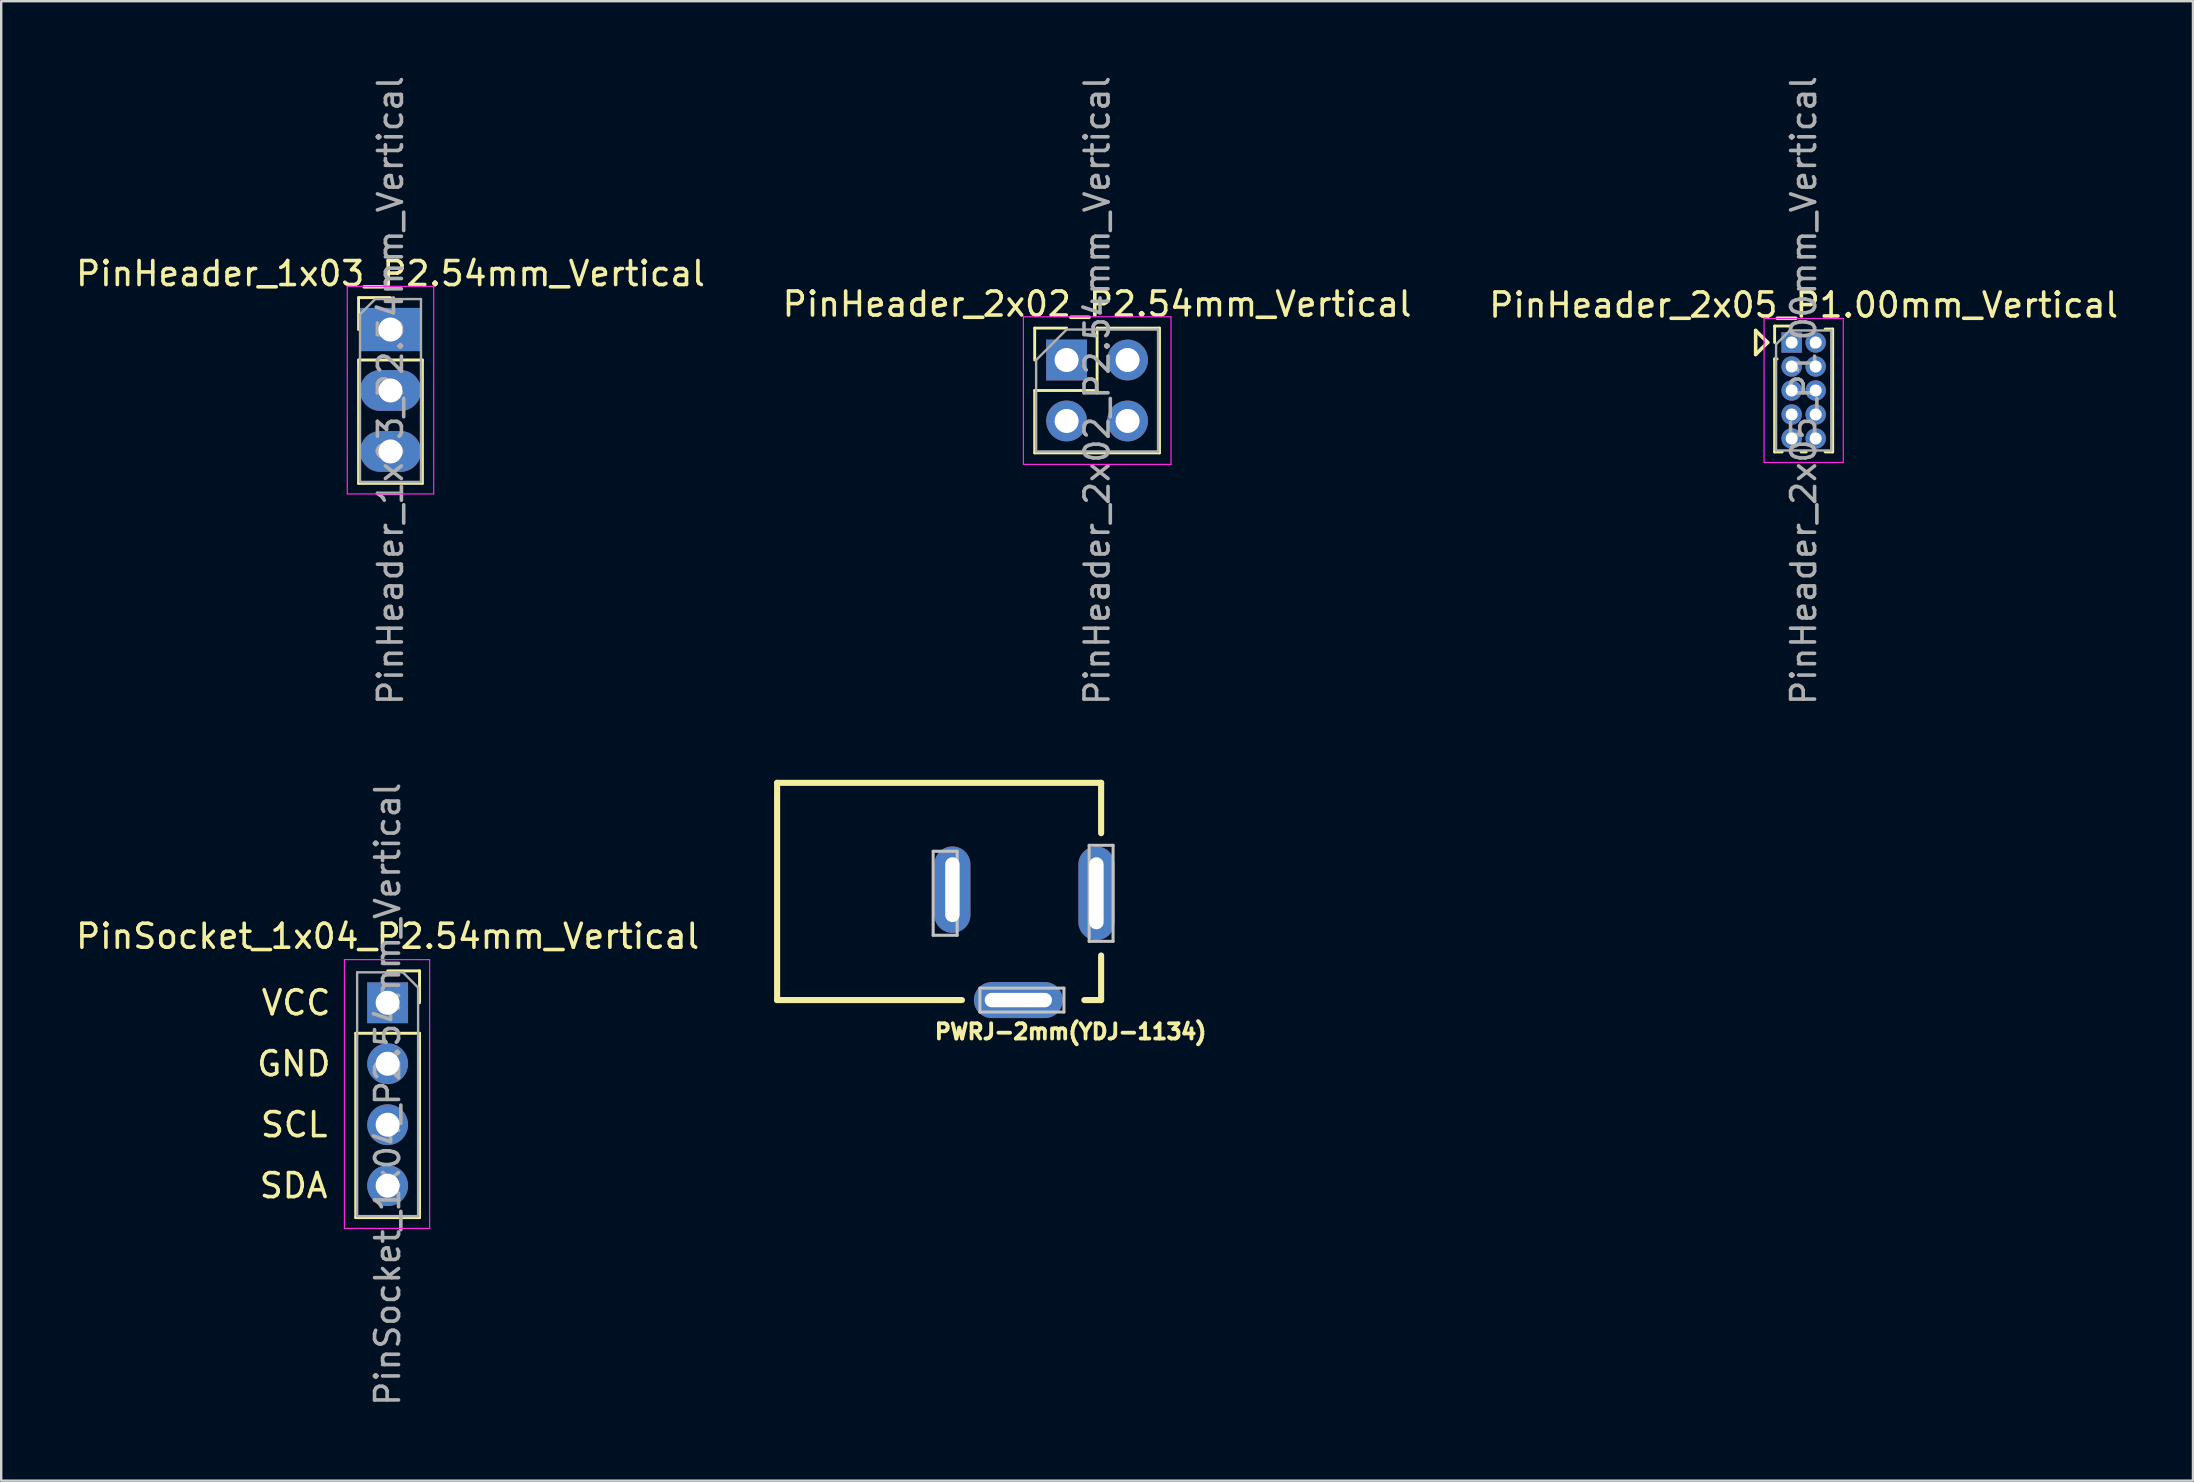
<source format=kicad_pcb>
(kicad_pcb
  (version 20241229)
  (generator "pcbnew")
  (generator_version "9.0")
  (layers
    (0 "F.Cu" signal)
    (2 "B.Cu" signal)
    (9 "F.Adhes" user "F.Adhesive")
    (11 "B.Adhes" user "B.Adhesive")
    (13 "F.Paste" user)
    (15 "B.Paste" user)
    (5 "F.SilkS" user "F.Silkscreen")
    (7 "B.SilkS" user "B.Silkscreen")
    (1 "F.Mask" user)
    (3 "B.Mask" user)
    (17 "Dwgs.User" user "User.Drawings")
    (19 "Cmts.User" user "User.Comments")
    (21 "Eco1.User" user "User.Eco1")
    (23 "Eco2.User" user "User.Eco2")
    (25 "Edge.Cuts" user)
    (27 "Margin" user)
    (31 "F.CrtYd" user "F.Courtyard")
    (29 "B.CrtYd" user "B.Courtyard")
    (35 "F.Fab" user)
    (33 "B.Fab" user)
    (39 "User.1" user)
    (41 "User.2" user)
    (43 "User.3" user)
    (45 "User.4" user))
  (footprint "PinSocket_1x04_P2.54mm_Vertical"
    (layer "F.Cu")
    (at 13.101 38.732)
    (property "Reference" "PinSocket_1x04_P2.54mm_Vertical" (at 0 -2.77 0) (layer "F.SilkS") (effects (font (size 1 1) (thickness 0.15))))
    (attr through_hole)
    (fp_line (start -1.33 1.27) (end -1.33 8.95) (stroke (width 0.12) (type solid)) (layer "F.SilkS"))
    (fp_line (start -1.33 1.27) (end 1.33 1.27) (stroke (width 0.12) (type solid)) (layer "F.SilkS"))
    (fp_line (start -1.33 8.95) (end 1.33 8.95) (stroke (width 0.12) (type solid)) (layer "F.SilkS"))
    (fp_line (start 0 -1.33) (end 1.33 -1.33) (stroke (width 0.12) (type solid)) (layer "F.SilkS"))
    (fp_line (start 1.33 -1.33) (end 1.33 0) (stroke (width 0.12) (type solid)) (layer "F.SilkS"))
    (fp_line (start 1.33 1.27) (end 1.33 8.95) (stroke (width 0.12) (type solid)) (layer "F.SilkS"))
    (fp_line (start -1.8 -1.8) (end 1.75 -1.8) (stroke (width 0.05) (type solid)) (layer "F.CrtYd"))
    (fp_line (start -1.8 9.4) (end -1.8 -1.8) (stroke (width 0.05) (type solid)) (layer "F.CrtYd"))
    (fp_line (start 1.75 -1.8) (end 1.75 9.4) (stroke (width 0.05) (type solid)) (layer "F.CrtYd"))
    (fp_line (start 1.75 9.4) (end -1.8 9.4) (stroke (width 0.05) (type solid)) (layer "F.CrtYd"))
    (fp_line (start -1.27 -1.27) (end 0.635 -1.27) (stroke (width 0.1) (type solid)) (layer "F.Fab"))
    (fp_line (start -1.27 8.89) (end -1.27 -1.27) (stroke (width 0.1) (type solid)) (layer "F.Fab"))
    (fp_line (start 0.635 -1.27) (end 1.27 -0.635) (stroke (width 0.1) (type solid)) (layer "F.Fab"))
    (fp_line (start 1.27 -0.635) (end 1.27 8.89) (stroke (width 0.1) (type solid)) (layer "F.Fab"))
    (fp_line (start 1.27 8.89) (end -1.27 8.89) (stroke (width 0.1) (type solid)) (layer "F.Fab"))
    (fp_text user "VCC" (at -2.286 0 0) (layer "F.SilkS") (effects (font (size 1 1) (thickness 0.15)) (justify right)))
    (fp_text user "SCL" (at -2.413 5.08 0) (layer "F.SilkS") (effects (font (size 1 1) (thickness 0.15)) (justify right)))
    (fp_text user "GND" (at -2.286 2.54 0) (layer "F.SilkS") (effects (font (size 1 1) (thickness 0.15)) (justify right)))
    (fp_text user "SDA" (at -2.413 7.62 0) (layer "F.SilkS") (effects (font (size 1 1) (thickness 0.15)) (justify right)))
    (fp_text user "${REFERENCE}" (at 0 3.81 90) (layer "F.Fab") (effects (font (size 1 1) (thickness 0.15))))
    (pad "GND" thru_hole oval (at 0 2.54) (size 1.7 1.7) (drill 1) (layers "*.Cu" "*.Mask"))
    (pad "SCL" thru_hole oval (at 0 5.08) (size 1.7 1.7) (drill 1) (layers "*.Cu" "*.Mask"))
    (pad "SDA" thru_hole oval (at 0 7.62) (size 1.7 1.7) (drill 1) (layers "*.Cu" "*.Mask"))
    (pad "VCC" thru_hole rect (at 0 0) (size 1.7 1.7) (drill 1) (layers "*.Cu" "*.Mask")))
  (footprint "PinHeader_2x02_P2.54mm_Vertical"
    (layer "F.Cu")
    (at 41.391 11.95)
    (property "Reference" "PinHeader_2x02_P2.54mm_Vertical" (at 1.27 -2.33 0) (layer "F.SilkS") (effects (font (size 1 1) (thickness 0.15))))
    (attr through_hole)
    (fp_line (start -1.33 -1.33) (end 0 -1.33) (stroke (width 0.12) (type solid)) (layer "F.SilkS"))
    (fp_line (start -1.33 0) (end -1.33 -1.33) (stroke (width 0.12) (type solid)) (layer "F.SilkS"))
    (fp_line (start -1.33 1.27) (end -1.33 3.87) (stroke (width 0.12) (type solid)) (layer "F.SilkS"))
    (fp_line (start -1.33 1.27) (end 1.27 1.27) (stroke (width 0.12) (type solid)) (layer "F.SilkS"))
    (fp_line (start -1.33 3.87) (end 3.87 3.87) (stroke (width 0.12) (type solid)) (layer "F.SilkS"))
    (fp_line (start 1.27 -1.33) (end 3.87 -1.33) (stroke (width 0.12) (type solid)) (layer "F.SilkS"))
    (fp_line (start 1.27 1.27) (end 1.27 -1.33) (stroke (width 0.12) (type solid)) (layer "F.SilkS"))
    (fp_line (start 3.87 -1.33) (end 3.87 3.87) (stroke (width 0.12) (type solid)) (layer "F.SilkS"))
    (fp_line (start -1.8 -1.8) (end -1.8 4.35) (stroke (width 0.05) (type solid)) (layer "F.CrtYd"))
    (fp_line (start -1.8 4.35) (end 4.35 4.35) (stroke (width 0.05) (type solid)) (layer "F.CrtYd"))
    (fp_line (start 4.35 -1.8) (end -1.8 -1.8) (stroke (width 0.05) (type solid)) (layer "F.CrtYd"))
    (fp_line (start 4.35 4.35) (end 4.35 -1.8) (stroke (width 0.05) (type solid)) (layer "F.CrtYd"))
    (fp_line (start -1.27 0) (end 0 -1.27) (stroke (width 0.1) (type solid)) (layer "F.Fab"))
    (fp_line (start -1.27 3.81) (end -1.27 0) (stroke (width 0.1) (type solid)) (layer "F.Fab"))
    (fp_line (start 0 -1.27) (end 3.81 -1.27) (stroke (width 0.1) (type solid)) (layer "F.Fab"))
    (fp_line (start 3.81 -1.27) (end 3.81 3.81) (stroke (width 0.1) (type solid)) (layer "F.Fab"))
    (fp_line (start 3.81 3.81) (end -1.27 3.81) (stroke (width 0.1) (type solid)) (layer "F.Fab"))
    (fp_text user "${REFERENCE}" (at 1.27 1.27 90) (layer "F.Fab") (effects (font (size 1 1) (thickness 0.15))))
    (pad "1" thru_hole rect (at 0 0) (size 1.7 1.7) (drill 1) (layers "*.Cu" "*.Mask"))
    (pad "2" thru_hole oval (at 2.54 0) (size 1.7 1.7) (drill 1) (layers "*.Cu" "*.Mask"))
    (pad "3" thru_hole oval (at 0 2.54) (size 1.7 1.7) (drill 1) (layers "*.Cu" "*.Mask"))
    (pad "4" thru_hole oval (at 2.54 2.54) (size 1.7 1.7) (drill 1) (layers "*.Cu" "*.Mask")))
  (footprint "PinHeader_2x05_P1.00mm_Vertical"
    (layer "F.Cu")
    (at 71.601 11.22)
    (property "Reference" "PinHeader_2x05_P1.00mm_Vertical" (at 0.5 -1.56 0) (layer "F.SilkS") (effects (font (size 1 1) (thickness 0.15))))
    (attr through_hole)
    (fp_line (start -1.5 -0.5) (end -1.5 0.5) (stroke (width 0.15) (type solid)) (layer "F.SilkS"))
    (fp_line (start -1.5 0.5) (end -1 0) (stroke (width 0.15) (type solid)) (layer "F.SilkS"))
    (fp_line (start -1 0) (end -1.5 -0.5) (stroke (width 0.15) (type solid)) (layer "F.SilkS"))
    (fp_line (start -0.71 -0.685) (end 0 -0.685) (stroke (width 0.12) (type solid)) (layer "F.SilkS"))
    (fp_line (start -0.71 0) (end -0.71 -0.685) (stroke (width 0.12) (type solid)) (layer "F.SilkS"))
    (fp_line (start -0.71 0.685) (end -0.71 4.56) (stroke (width 0.12) (type solid)) (layer "F.SilkS"))
    (fp_line (start -0.71 0.685) (end -0.608 0.685) (stroke (width 0.12) (type solid)) (layer "F.SilkS"))
    (fp_line (start -0.71 4.56) (end -0.394 4.56) (stroke (width 0.12) (type solid)) (layer "F.SilkS"))
    (fp_line (start 0.394 4.56) (end 0.606 4.56) (stroke (width 0.12) (type solid)) (layer "F.SilkS"))
    (fp_line (start 1.394 -0.56) (end 1.71 -0.56) (stroke (width 0.12) (type solid)) (layer "F.SilkS"))
    (fp_line (start 1.394 4.56) (end 1.71 4.56) (stroke (width 0.12) (type solid)) (layer "F.SilkS"))
    (fp_line (start 1.71 -0.56) (end 1.71 4.56) (stroke (width 0.12) (type solid)) (layer "F.SilkS"))
    (fp_line (start -1.15 -1) (end -1.15 5) (stroke (width 0.05) (type solid)) (layer "F.CrtYd"))
    (fp_line (start -1.15 5) (end 2.15 5) (stroke (width 0.05) (type solid)) (layer "F.CrtYd"))
    (fp_line (start 2.15 -1) (end -1.15 -1) (stroke (width 0.05) (type solid)) (layer "F.CrtYd"))
    (fp_line (start 2.15 5) (end 2.15 -1) (stroke (width 0.05) (type solid)) (layer "F.CrtYd"))
    (fp_line (start -0.65 0.075) (end -0.075 -0.5) (stroke (width 0.1) (type solid)) (layer "F.Fab"))
    (fp_line (start -0.65 4.5) (end -0.65 0.075) (stroke (width 0.1) (type solid)) (layer "F.Fab"))
    (fp_line (start -0.075 -0.5) (end 1.65 -0.5) (stroke (width 0.1) (type solid)) (layer "F.Fab"))
    (fp_line (start 1.65 -0.5) (end 1.65 4.5) (stroke (width 0.1) (type solid)) (layer "F.Fab"))
    (fp_line (start 1.65 4.5) (end -0.65 4.5) (stroke (width 0.1) (type solid)) (layer "F.Fab"))
    (fp_text user "${REFERENCE}" (at 0.5 2 90) (layer "F.Fab") (effects (font (size 1 1) (thickness 0.15))))
    (pad "1" thru_hole rect (at 0 0) (size 0.85 0.85) (drill 0.5) (layers "*.Cu" "*.Mask"))
    (pad "2" thru_hole oval (at 1 0) (size 0.85 0.85) (drill 0.5) (layers "*.Cu" "*.Mask"))
    (pad "3" thru_hole oval (at 0 1) (size 0.85 0.85) (drill 0.5) (layers "*.Cu" "*.Mask"))
    (pad "4" thru_hole oval (at 1 1) (size 0.85 0.85) (drill 0.5) (layers "*.Cu" "*.Mask"))
    (pad "5" thru_hole oval (at 0 2) (size 0.85 0.85) (drill 0.5) (layers "*.Cu" "*.Mask"))
    (pad "6" thru_hole oval (at 1 2) (size 0.85 0.85) (drill 0.5) (layers "*.Cu" "*.Mask"))
    (pad "7" thru_hole oval (at 0 3) (size 0.85 0.85) (drill 0.5) (layers "*.Cu" "*.Mask"))
    (pad "8" thru_hole oval (at 1 3) (size 0.85 0.85) (drill 0.5) (layers "*.Cu" "*.Mask"))
    (pad "9" thru_hole oval (at 0 4) (size 0.85 0.85) (drill 0.5) (layers "*.Cu" "*.Mask"))
    (pad "10" thru_hole oval (at 1 4) (size 0.85 0.85) (drill 0.5) (layers "*.Cu" "*.Mask")))
  (footprint "PinHeader_1x03_P2.54mm_Vertical"
    (layer "F.Cu")
    (at 13.22 10.68)
    (property "Reference" "PinHeader_1x03_P2.54mm_Vertical" (at 0 -2.33 0) (layer "F.SilkS") (effects (font (size 1 1) (thickness 0.15))))
    (attr through_hole)
    (fp_line (start -1.33 -1.33) (end 0 -1.33) (stroke (width 0.12) (type solid)) (layer "F.SilkS"))
    (fp_line (start -1.33 0) (end -1.33 -1.33) (stroke (width 0.12) (type solid)) (layer "F.SilkS"))
    (fp_line (start -1.33 1.27) (end -1.33 6.41) (stroke (width 0.12) (type solid)) (layer "F.SilkS"))
    (fp_line (start -1.33 1.27) (end 1.33 1.27) (stroke (width 0.12) (type solid)) (layer "F.SilkS"))
    (fp_line (start -1.33 6.41) (end 1.33 6.41) (stroke (width 0.12) (type solid)) (layer "F.SilkS"))
    (fp_line (start 1.33 1.27) (end 1.33 6.41) (stroke (width 0.12) (type solid)) (layer "F.SilkS"))
    (fp_line (start -1.8 -1.8) (end -1.8 6.85) (stroke (width 0.05) (type solid)) (layer "F.CrtYd"))
    (fp_line (start -1.8 6.85) (end 1.8 6.85) (stroke (width 0.05) (type solid)) (layer "F.CrtYd"))
    (fp_line (start 1.8 -1.8) (end -1.8 -1.8) (stroke (width 0.05) (type solid)) (layer "F.CrtYd"))
    (fp_line (start 1.8 6.85) (end 1.8 -1.8) (stroke (width 0.05) (type solid)) (layer "F.CrtYd"))
    (fp_line (start -1.27 -0.635) (end -0.635 -1.27) (stroke (width 0.1) (type solid)) (layer "F.Fab"))
    (fp_line (start -1.27 6.35) (end -1.27 -0.635) (stroke (width 0.1) (type solid)) (layer "F.Fab"))
    (fp_line (start -0.635 -1.27) (end 1.27 -1.27) (stroke (width 0.1) (type solid)) (layer "F.Fab"))
    (fp_line (start 1.27 -1.27) (end 1.27 6.35) (stroke (width 0.1) (type solid)) (layer "F.Fab"))
    (fp_line (start 1.27 6.35) (end -1.27 6.35) (stroke (width 0.1) (type solid)) (layer "F.Fab"))
    (fp_text user "${REFERENCE}" (at 0 2.54 90) (layer "F.Fab") (effects (font (size 1 1) (thickness 0.15))))
    (pad "1" thru_hole rect (at 0 0) (size 2.54 1.8) (drill 1) (layers "*.Cu" "*.Mask"))
    (pad "2" thru_hole oval (at 0 2.54) (size 2.54 1.7) (drill 1) (layers "*.Cu" "*.Mask"))
    (pad "3" thru_hole oval (at 0 5.08) (size 2.54 1.7) (drill 1) (layers "*.Cu" "*.Mask")))
  (footprint "PWRJ-2mm(YDJ-1134)"
    (layer "F.Cu")
    (at 42.829 38.919)
    (property "Reference" "PWRJ-2mm(YDJ-1134)" (at -1.27 1.016 0) (layer "F.SilkS") (effects (font (size 0.635 0.635) (thickness 0.159))))
    (attr smd)
    (fp_line (start -13.5 -9.352) (end -13.5 -0.3) (stroke (width 0.254) (type solid)) (layer "F.SilkS"))
    (fp_line (start -13.5 -0.3) (end -5.8 -0.3) (stroke (width 0.254) (type solid)) (layer "F.SilkS"))
    (fp_line (start 0 -9.352) (end -13.5 -9.352) (stroke (width 0.254) (type solid)) (layer "F.SilkS"))
    (fp_line (start 0 -9.352) (end 0 -7.254) (stroke (width 0.254) (type solid)) (layer "F.SilkS"))
    (fp_line (start 0 -0.3) (end -0.7 -0.3) (stroke (width 0.254) (type solid)) (layer "F.SilkS"))
    (fp_line (start 0 -0.3) (end 0 -2.158) (stroke (width 0.254) (type solid)) (layer "F.SilkS"))
    (fp_line (start -6.998 -6.5) (end -6.998 -3) (stroke (width 0.127) (type solid)) (layer "Dwgs.User"))
    (fp_line (start -6.998 -3) (end -5.999 -3) (stroke (width 0.127) (type solid)) (layer "Dwgs.User"))
    (fp_line (start -5.999 -6.5) (end -6.998 -6.5) (stroke (width 0.127) (type solid)) (layer "Dwgs.User"))
    (fp_line (start -5.999 -3) (end -5.999 -6.5) (stroke (width 0.127) (type solid)) (layer "Dwgs.User"))
    (fp_line (start -5.05 -0.798) (end -5.05 0.198) (stroke (width 0.127) (type solid)) (layer "Dwgs.User"))
    (fp_line (start -5.05 0.198) (end -1.549 0.198) (stroke (width 0.127) (type solid)) (layer "Dwgs.User"))
    (fp_line (start -1.549 -0.798) (end -5.05 -0.798) (stroke (width 0.127) (type solid)) (layer "Dwgs.User"))
    (fp_line (start -1.549 0.198) (end -1.549 -0.798) (stroke (width 0.127) (type solid)) (layer "Dwgs.User"))
    (fp_line (start -0.498 -6.749) (end -0.498 -2.748) (stroke (width 0.127) (type solid)) (layer "Dwgs.User"))
    (fp_line (start -0.498 -2.748) (end 0.498 -2.748) (stroke (width 0.127) (type solid)) (layer "Dwgs.User"))
    (fp_line (start 0.498 -6.749) (end -0.498 -6.749) (stroke (width 0.127) (type solid)) (layer "Dwgs.User"))
    (fp_line (start 0.498 -2.748) (end 0.498 -6.749) (stroke (width 0.127) (type solid)) (layer "Dwgs.User"))
    (pad "+" thru_hole oval (at -0.196 -4.75) (size 1.5 3.9) (drill oval 0.6 3) (layers "*.Cu" "*.Mask"))
    (pad "-" thru_hole oval (at -6.196 -4.9) (size 1.5 3.6) (drill oval 0.6 2.7) (layers "*.Cu" "*.Mask"))
    (pad "-" thru_hole oval (at -3.45 -0.3) (size 3.7 1.5) (drill oval 2.8 0.6) (layers "*.Cu" "*.Mask")))
  (gr_rect
    (start -3 -3)
    (end 88.321 58.643)
    (stroke (width 0.1) (type default))
    (fill no)
    (layer "Edge.Cuts")))
</source>
